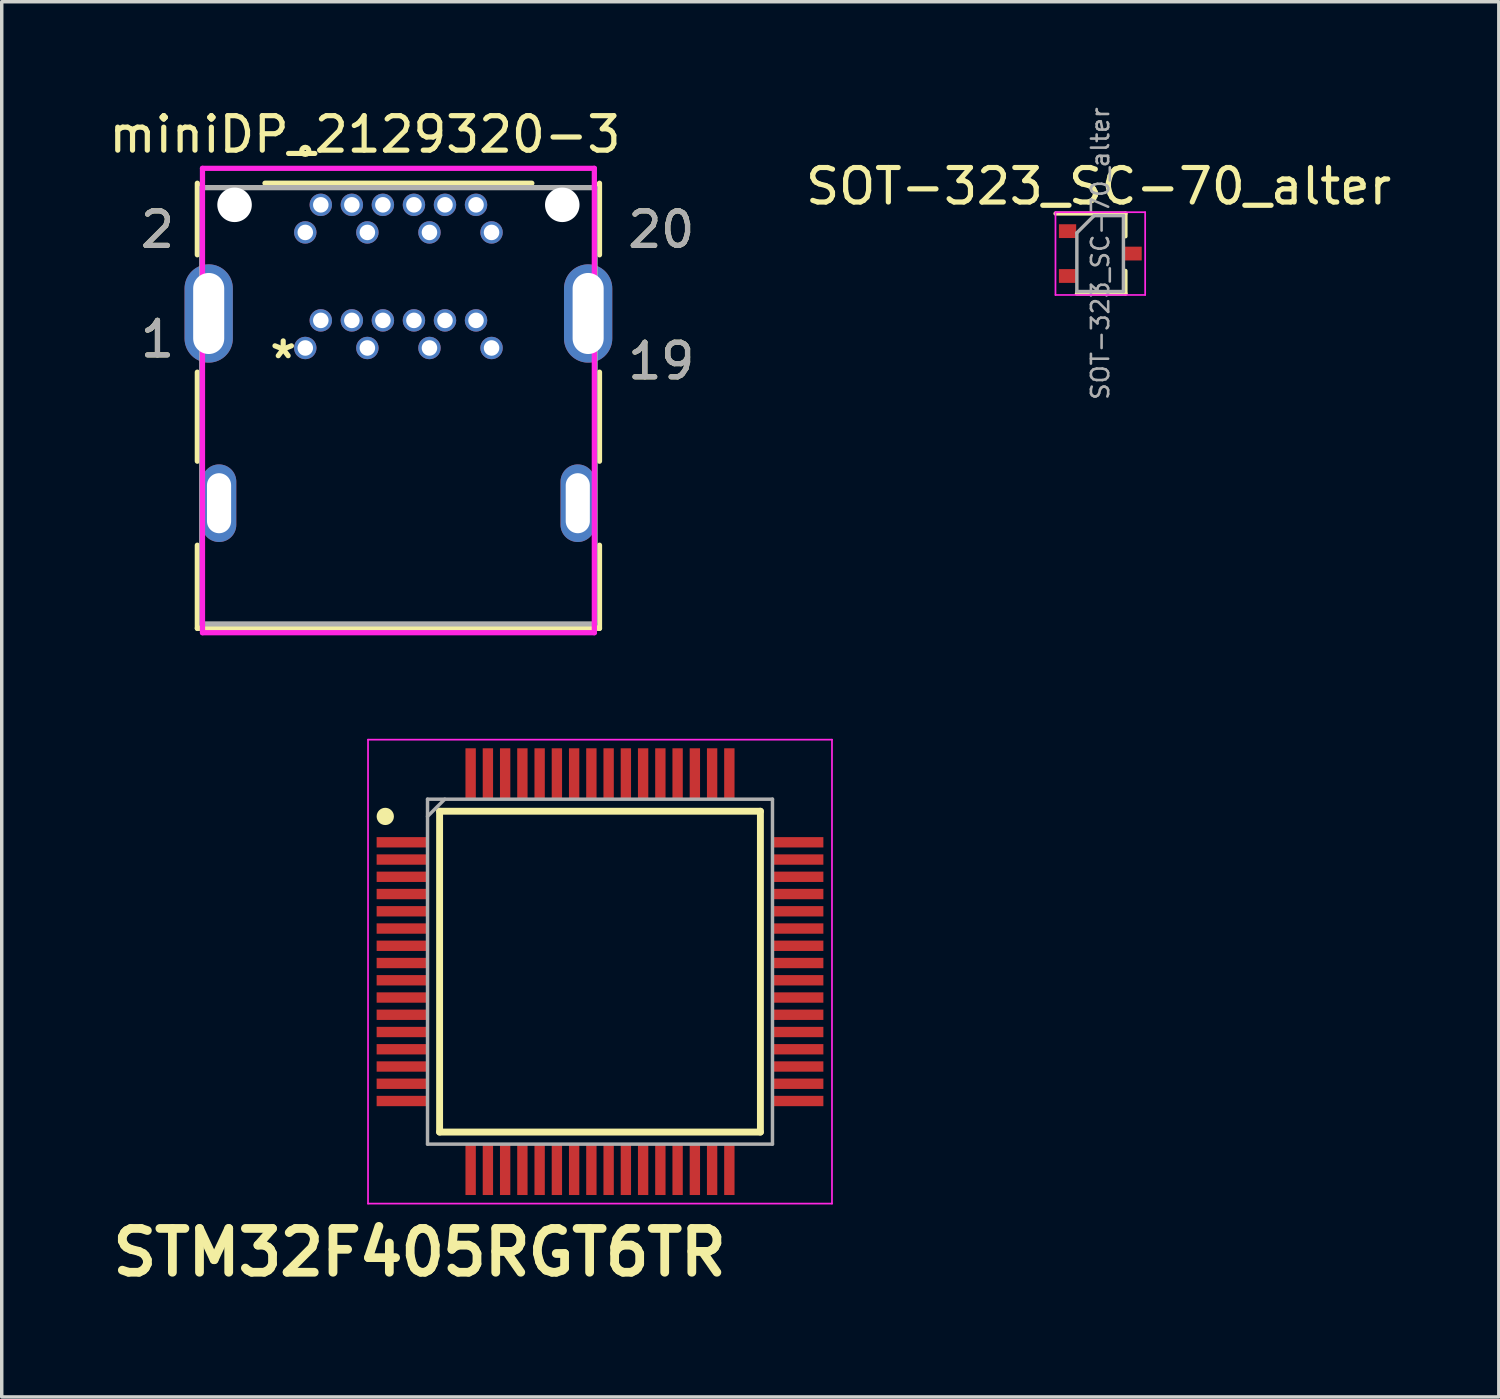
<source format=kicad_pcb>
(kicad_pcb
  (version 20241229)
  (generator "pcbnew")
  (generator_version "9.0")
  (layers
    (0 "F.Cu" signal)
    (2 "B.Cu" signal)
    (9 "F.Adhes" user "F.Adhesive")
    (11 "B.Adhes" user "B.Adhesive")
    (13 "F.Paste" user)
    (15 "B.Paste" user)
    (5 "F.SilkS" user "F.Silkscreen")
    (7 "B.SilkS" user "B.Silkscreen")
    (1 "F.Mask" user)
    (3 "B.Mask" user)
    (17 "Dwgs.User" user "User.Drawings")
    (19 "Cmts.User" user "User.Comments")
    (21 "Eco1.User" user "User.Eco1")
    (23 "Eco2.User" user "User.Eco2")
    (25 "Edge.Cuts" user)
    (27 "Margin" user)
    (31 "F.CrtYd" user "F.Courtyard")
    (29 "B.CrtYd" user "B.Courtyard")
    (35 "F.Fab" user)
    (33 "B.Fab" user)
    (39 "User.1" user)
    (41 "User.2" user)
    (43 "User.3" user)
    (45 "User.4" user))
  (footprint "STM32F405RGT6TR"
    (layer "F.Cu")
    (at 14.344 25.118)
    (property "Reference" "STM32F405RGT6TR" (at -5.23 8.14 0) (layer "F.SilkS") (effects (font (size 1.27 1.27) (thickness 0.254))))
    (attr smd)
    (fp_line (start -4.65 -4.65) (end 4.65 -4.65) (stroke (width 0.2) (type solid)) (layer "F.SilkS"))
    (fp_line (start -4.65 4.65) (end -4.65 -4.65) (stroke (width 0.2) (type solid)) (layer "F.SilkS"))
    (fp_line (start 4.65 -4.65) (end 4.65 4.65) (stroke (width 0.2) (type solid)) (layer "F.SilkS"))
    (fp_line (start 4.65 4.65) (end -4.65 4.65) (stroke (width 0.2) (type solid)) (layer "F.SilkS"))
    (fp_circle (center -6.225 -4.5) (end -6.225 -4.375) (stroke (width 0.25) (type solid)) (fill no) (layer "F.SilkS"))
    (fp_line (start -6.725 -6.725) (end 6.725 -6.725) (stroke (width 0.05) (type solid)) (layer "F.CrtYd"))
    (fp_line (start -6.725 6.725) (end -6.725 -6.725) (stroke (width 0.05) (type solid)) (layer "F.CrtYd"))
    (fp_line (start 6.725 -6.725) (end 6.725 6.725) (stroke (width 0.05) (type solid)) (layer "F.CrtYd"))
    (fp_line (start 6.725 6.725) (end -6.725 6.725) (stroke (width 0.05) (type solid)) (layer "F.CrtYd"))
    (fp_line (start -5 -5) (end 5 -5) (stroke (width 0.1) (type solid)) (layer "F.Fab"))
    (fp_line (start -5 -4.5) (end -4.5 -5) (stroke (width 0.1) (type solid)) (layer "F.Fab"))
    (fp_line (start -5 5) (end -5 -5) (stroke (width 0.1) (type solid)) (layer "F.Fab"))
    (fp_line (start 5 -5) (end 5 5) (stroke (width 0.1) (type solid)) (layer "F.Fab"))
    (fp_line (start 5 5) (end -5 5) (stroke (width 0.1) (type solid)) (layer "F.Fab"))
    (pad "1" smd rect (at -5.738 -3.75 90) (size 0.3 1.475) (layers "F.Cu" "F.Mask" "F.Paste"))
    (pad "2" smd rect (at -5.738 -3.25 90) (size 0.3 1.475) (layers "F.Cu" "F.Mask" "F.Paste"))
    (pad "3" smd rect (at -5.738 -2.75 90) (size 0.3 1.475) (layers "F.Cu" "F.Mask" "F.Paste"))
    (pad "4" smd rect (at -5.738 -2.25 90) (size 0.3 1.475) (layers "F.Cu" "F.Mask" "F.Paste"))
    (pad "5" smd rect (at -5.738 -1.75 90) (size 0.3 1.475) (layers "F.Cu" "F.Mask" "F.Paste"))
    (pad "6" smd rect (at -5.738 -1.25 90) (size 0.3 1.475) (layers "F.Cu" "F.Mask" "F.Paste"))
    (pad "7" smd rect (at -5.738 -0.75 90) (size 0.3 1.475) (layers "F.Cu" "F.Mask" "F.Paste"))
    (pad "8" smd rect (at -5.738 -0.25 90) (size 0.3 1.475) (layers "F.Cu" "F.Mask" "F.Paste"))
    (pad "9" smd rect (at -5.738 0.25 90) (size 0.3 1.475) (layers "F.Cu" "F.Mask" "F.Paste"))
    (pad "10" smd rect (at -5.738 0.75 90) (size 0.3 1.475) (layers "F.Cu" "F.Mask" "F.Paste"))
    (pad "11" smd rect (at -5.738 1.25 90) (size 0.3 1.475) (layers "F.Cu" "F.Mask" "F.Paste"))
    (pad "12" smd rect (at -5.738 1.75 90) (size 0.3 1.475) (layers "F.Cu" "F.Mask" "F.Paste"))
    (pad "13" smd rect (at -5.738 2.25 90) (size 0.3 1.475) (layers "F.Cu" "F.Mask" "F.Paste"))
    (pad "14" smd rect (at -5.738 2.75 90) (size 0.3 1.475) (layers "F.Cu" "F.Mask" "F.Paste"))
    (pad "15" smd rect (at -5.738 3.25 90) (size 0.3 1.475) (layers "F.Cu" "F.Mask" "F.Paste"))
    (pad "16" smd rect (at -5.738 3.75 90) (size 0.3 1.475) (layers "F.Cu" "F.Mask" "F.Paste"))
    (pad "17" smd rect (at -3.75 5.738) (size 0.3 1.475) (layers "F.Cu" "F.Mask" "F.Paste"))
    (pad "18" smd rect (at -3.25 5.738) (size 0.3 1.475) (layers "F.Cu" "F.Mask" "F.Paste"))
    (pad "19" smd rect (at -2.75 5.738) (size 0.3 1.475) (layers "F.Cu" "F.Mask" "F.Paste"))
    (pad "20" smd rect (at -2.25 5.738) (size 0.3 1.475) (layers "F.Cu" "F.Mask" "F.Paste"))
    (pad "21" smd rect (at -1.75 5.738) (size 0.3 1.475) (layers "F.Cu" "F.Mask" "F.Paste"))
    (pad "22" smd rect (at -1.25 5.738) (size 0.3 1.475) (layers "F.Cu" "F.Mask" "F.Paste"))
    (pad "23" smd rect (at -0.75 5.738) (size 0.3 1.475) (layers "F.Cu" "F.Mask" "F.Paste"))
    (pad "24" smd rect (at -0.25 5.738) (size 0.3 1.475) (layers "F.Cu" "F.Mask" "F.Paste"))
    (pad "25" smd rect (at 0.25 5.738) (size 0.3 1.475) (layers "F.Cu" "F.Mask" "F.Paste"))
    (pad "26" smd rect (at 0.75 5.738) (size 0.3 1.475) (layers "F.Cu" "F.Mask" "F.Paste"))
    (pad "27" smd rect (at 1.25 5.738) (size 0.3 1.475) (layers "F.Cu" "F.Mask" "F.Paste"))
    (pad "28" smd rect (at 1.75 5.738) (size 0.3 1.475) (layers "F.Cu" "F.Mask" "F.Paste"))
    (pad "29" smd rect (at 2.25 5.738) (size 0.3 1.475) (layers "F.Cu" "F.Mask" "F.Paste"))
    (pad "30" smd rect (at 2.75 5.738) (size 0.3 1.475) (layers "F.Cu" "F.Mask" "F.Paste"))
    (pad "31" smd rect (at 3.25 5.738) (size 0.3 1.475) (layers "F.Cu" "F.Mask" "F.Paste"))
    (pad "32" smd rect (at 3.75 5.738) (size 0.3 1.475) (layers "F.Cu" "F.Mask" "F.Paste"))
    (pad "33" smd rect (at 5.738 3.75 90) (size 0.3 1.475) (layers "F.Cu" "F.Mask" "F.Paste"))
    (pad "34" smd rect (at 5.738 3.25 90) (size 0.3 1.475) (layers "F.Cu" "F.Mask" "F.Paste"))
    (pad "35" smd rect (at 5.738 2.75 90) (size 0.3 1.475) (layers "F.Cu" "F.Mask" "F.Paste"))
    (pad "36" smd rect (at 5.738 2.25 90) (size 0.3 1.475) (layers "F.Cu" "F.Mask" "F.Paste"))
    (pad "37" smd rect (at 5.738 1.75 90) (size 0.3 1.475) (layers "F.Cu" "F.Mask" "F.Paste"))
    (pad "38" smd rect (at 5.738 1.25 90) (size 0.3 1.475) (layers "F.Cu" "F.Mask" "F.Paste"))
    (pad "39" smd rect (at 5.738 0.75 90) (size 0.3 1.475) (layers "F.Cu" "F.Mask" "F.Paste"))
    (pad "40" smd rect (at 5.738 0.25 90) (size 0.3 1.475) (layers "F.Cu" "F.Mask" "F.Paste"))
    (pad "41" smd rect (at 5.738 -0.25 90) (size 0.3 1.475) (layers "F.Cu" "F.Mask" "F.Paste"))
    (pad "42" smd rect (at 5.738 -0.75 90) (size 0.3 1.475) (layers "F.Cu" "F.Mask" "F.Paste"))
    (pad "43" smd rect (at 5.738 -1.25 90) (size 0.3 1.475) (layers "F.Cu" "F.Mask" "F.Paste"))
    (pad "44" smd rect (at 5.738 -1.75 90) (size 0.3 1.475) (layers "F.Cu" "F.Mask" "F.Paste"))
    (pad "45" smd rect (at 5.738 -2.25 90) (size 0.3 1.475) (layers "F.Cu" "F.Mask" "F.Paste"))
    (pad "46" smd rect (at 5.738 -2.75 90) (size 0.3 1.475) (layers "F.Cu" "F.Mask" "F.Paste"))
    (pad "47" smd rect (at 5.738 -3.25 90) (size 0.3 1.475) (layers "F.Cu" "F.Mask" "F.Paste"))
    (pad "48" smd rect (at 5.738 -3.75 90) (size 0.3 1.475) (layers "F.Cu" "F.Mask" "F.Paste"))
    (pad "49" smd rect (at 3.75 -5.738) (size 0.3 1.475) (layers "F.Cu" "F.Mask" "F.Paste"))
    (pad "50" smd rect (at 3.25 -5.738) (size 0.3 1.475) (layers "F.Cu" "F.Mask" "F.Paste"))
    (pad "51" smd rect (at 2.75 -5.738) (size 0.3 1.475) (layers "F.Cu" "F.Mask" "F.Paste"))
    (pad "52" smd rect (at 2.25 -5.738) (size 0.3 1.475) (layers "F.Cu" "F.Mask" "F.Paste"))
    (pad "53" smd rect (at 1.75 -5.738) (size 0.3 1.475) (layers "F.Cu" "F.Mask" "F.Paste"))
    (pad "54" smd rect (at 1.25 -5.738) (size 0.3 1.475) (layers "F.Cu" "F.Mask" "F.Paste"))
    (pad "55" smd rect (at 0.75 -5.738) (size 0.3 1.475) (layers "F.Cu" "F.Mask" "F.Paste"))
    (pad "56" smd rect (at 0.25 -5.738) (size 0.3 1.475) (layers "F.Cu" "F.Mask" "F.Paste"))
    (pad "57" smd rect (at -0.25 -5.738) (size 0.3 1.475) (layers "F.Cu" "F.Mask" "F.Paste"))
    (pad "58" smd rect (at -0.75 -5.738) (size 0.3 1.475) (layers "F.Cu" "F.Mask" "F.Paste"))
    (pad "59" smd rect (at -1.25 -5.738) (size 0.3 1.475) (layers "F.Cu" "F.Mask" "F.Paste"))
    (pad "60" smd rect (at -1.75 -5.738) (size 0.3 1.475) (layers "F.Cu" "F.Mask" "F.Paste"))
    (pad "61" smd rect (at -2.25 -5.738) (size 0.3 1.475) (layers "F.Cu" "F.Mask" "F.Paste"))
    (pad "62" smd rect (at -2.75 -5.738) (size 0.3 1.475) (layers "F.Cu" "F.Mask" "F.Paste"))
    (pad "63" smd rect (at -3.25 -5.738) (size 0.3 1.475) (layers "F.Cu" "F.Mask" "F.Paste"))
    (pad "64" smd rect (at -3.75 -5.738) (size 0.3 1.475) (layers "F.Cu" "F.Mask" "F.Paste")))
  (footprint "miniDP_2129320-3"
    (layer "F.Cu")
    (at 5.8 7.038)
    (property "Reference" "miniDP_2129320-3" (at 1.73 -6.19 0) (layer "F.SilkS") (effects (font (size 1 1) (thickness 0.15))))
    (attr through_hole)
    (fp_line (start -3.129 -4.776) (end -3.129 -2.701) (stroke (width 0.152) (type solid)) (layer "F.SilkS"))
    (fp_line (start -3.129 0.701) (end -3.129 3.282) (stroke (width 0.152) (type solid)) (layer "F.SilkS"))
    (fp_line (start -3.129 5.718) (end -3.129 8.127) (stroke (width 0.152) (type solid)) (layer "F.SilkS"))
    (fp_line (start -3.129 8.127) (end 8.529 8.127) (stroke (width 0.152) (type solid)) (layer "F.SilkS"))
    (fp_line (start 6.568 -4.776) (end -1.168 -4.776) (stroke (width 0.152) (type solid)) (layer "F.SilkS"))
    (fp_line (start 8.529 -2.701) (end 8.529 -4.776) (stroke (width 0.152) (type solid)) (layer "F.SilkS"))
    (fp_line (start 8.529 3.282) (end 8.529 0.701) (stroke (width 0.152) (type solid)) (layer "F.SilkS"))
    (fp_line (start 8.529 8.127) (end 8.529 5.718) (stroke (width 0.152) (type solid)) (layer "F.SilkS"))
    (fp_arc (start -0.1016 -5.715) (mid 0.1016 -5.715) (end -0.1016 -5.715) (stroke (width 0.1524) (type solid)) (layer "F.SilkS"))
    (fp_line (start -2.98 -5.208) (end -2.98 8.254) (stroke (width 0.152) (type solid)) (layer "F.CrtYd"))
    (fp_line (start -2.98 8.254) (end 8.38 8.254) (stroke (width 0.152) (type solid)) (layer "F.CrtYd"))
    (fp_line (start 8.38 -5.208) (end -2.98 -5.208) (stroke (width 0.152) (type solid)) (layer "F.CrtYd"))
    (fp_line (start 8.38 8.254) (end 8.38 -5.208) (stroke (width 0.152) (type solid)) (layer "F.CrtYd"))
    (fp_line (start -3.002 -4.649) (end -3.002 8) (stroke (width 0.152) (type solid)) (layer "F.Fab"))
    (fp_line (start -3.002 8) (end 8.402 8) (stroke (width 0.152) (type solid)) (layer "F.Fab"))
    (fp_line (start 8.402 -4.649) (end -3.002 -4.649) (stroke (width 0.152) (type solid)) (layer "F.Fab"))
    (fp_line (start 8.402 8) (end 8.402 -4.649) (stroke (width 0.152) (type solid)) (layer "F.Fab"))
    (fp_text user "1" (at -4.285 -0.255 0) (layer "F.SilkS") (effects (font (size 1 1) (thickness 0.15))))
    (fp_text user "19" (at 10.32 0.38 0) (layer "F.SilkS") (effects (font (size 1 1) (thickness 0.15))))
    (fp_text user "20" (at 10.32 -3.43 0) (layer "F.SilkS") (effects (font (size 1 1) (thickness 0.15))))
    (fp_text user "*" (at -0.64 0.34 0) (layer "F.SilkS") (effects (font (size 1 1) (thickness 0.15))))
    (fp_text user "2" (at -4.285 -3.43 0) (layer "F.SilkS") (effects (font (size 1 1) (thickness 0.15))))
    (fp_text user "1" (at -4.285 -0.255 0) (layer "F.Fab") (effects (font (size 1 1) (thickness 0.15))))
    (fp_text user "2" (at -4.285 -3.43 0) (layer "F.Fab") (effects (font (size 1 1) (thickness 0.15))))
    (fp_text user "20" (at 10.32 -3.43 0) (layer "F.Fab") (effects (font (size 1 1) (thickness 0.15))))
    (fp_text user "19" (at 10.32 0.38 0) (layer "F.Fab") (effects (font (size 1 1) (thickness 0.15))))
    (pad "" np_thru_hole circle (at -2.05 -4.15) (size 1 1) (drill 1) (layers "*.Cu" "*.Mask"))
    (pad "" np_thru_hole circle (at 7.45 -4.15) (size 1 1) (drill 1) (layers "*.Cu" "*.Mask"))
    (pad "1" thru_hole circle (at 0 0) (size 0.65 0.65) (drill 0.45) (layers "*.Cu" "*.Mask"))
    (pad "2" thru_hole circle (at 0 -3.35) (size 0.65 0.65) (drill 0.45) (layers "*.Cu" "*.Mask"))
    (pad "3" thru_hole circle (at 0.45 -0.8) (size 0.65 0.65) (drill 0.45) (layers "*.Cu" "*.Mask"))
    (pad "4" thru_hole circle (at 0.45 -4.15) (size 0.65 0.65) (drill 0.45) (layers "*.Cu" "*.Mask"))
    (pad "5" thru_hole circle (at 1.35 -0.8) (size 0.65 0.65) (drill 0.45) (layers "*.Cu" "*.Mask"))
    (pad "6" thru_hole circle (at 1.35 -4.15) (size 0.65 0.65) (drill 0.45) (layers "*.Cu" "*.Mask"))
    (pad "7" thru_hole circle (at 1.8 0) (size 0.65 0.65) (drill 0.45) (layers "*.Cu" "*.Mask"))
    (pad "8" thru_hole circle (at 1.8 -3.35) (size 0.65 0.65) (drill 0.45) (layers "*.Cu" "*.Mask"))
    (pad "9" thru_hole circle (at 2.25 -0.8) (size 0.65 0.65) (drill 0.45) (layers "*.Cu" "*.Mask"))
    (pad "10" thru_hole circle (at 2.25 -4.15) (size 0.65 0.65) (drill 0.45) (layers "*.Cu" "*.Mask"))
    (pad "11" thru_hole circle (at 3.15 -0.8) (size 0.65 0.65) (drill 0.45) (layers "*.Cu" "*.Mask"))
    (pad "12" thru_hole circle (at 3.15 -4.15) (size 0.65 0.65) (drill 0.45) (layers "*.Cu" "*.Mask"))
    (pad "13" thru_hole circle (at 3.6 0) (size 0.65 0.65) (drill 0.45) (layers "*.Cu" "*.Mask"))
    (pad "14" thru_hole circle (at 3.6 -3.35) (size 0.65 0.65) (drill 0.45) (layers "*.Cu" "*.Mask"))
    (pad "15" thru_hole circle (at 4.05 -0.8) (size 0.65 0.65) (drill 0.45) (layers "*.Cu" "*.Mask"))
    (pad "16" thru_hole circle (at 4.05 -4.15) (size 0.65 0.65) (drill 0.45) (layers "*.Cu" "*.Mask"))
    (pad "17" thru_hole circle (at 4.95 -0.8) (size 0.65 0.65) (drill 0.45) (layers "*.Cu" "*.Mask"))
    (pad "18" thru_hole circle (at 4.95 -4.15) (size 0.65 0.65) (drill 0.45) (layers "*.Cu" "*.Mask"))
    (pad "19" thru_hole circle (at 5.4 0) (size 0.65 0.65) (drill 0.45) (layers "*.Cu" "*.Mask"))
    (pad "20" thru_hole circle (at 5.4 -3.35) (size 0.65 0.65) (drill 0.45) (layers "*.Cu" "*.Mask"))
    (pad "21" thru_hole oval (at -2.5 4.5) (size 1 2.25) (drill oval 0.7 1.74) (layers "*.Cu" "*.Mask"))
    (pad "22" thru_hole oval (at 7.9 4.5) (size 1 2.25) (drill oval 0.7 1.74) (layers "*.Cu" "*.Mask"))
    (pad "23" thru_hole oval (at -2.8 -1) (size 1.4 2.85) (drill oval 0.9 2.35) (layers "*.Cu" "*.Mask"))
    (pad "24" thru_hole oval (at 8.2 -1) (size 1.4 2.85) (drill oval 0.9 2.35) (layers "*.Cu" "*.Mask")))
  (footprint "SOT-323_SC-70_alter"
    (layer "F.Cu")
    (at 28.848 4.301)
    (property "Reference" "SOT-323_SC-70_alter" (at -0.05 -1.95 0) (layer "F.SilkS") (effects (font (size 1 1) (thickness 0.15))))
    (attr smd)
    (fp_line (start -0.68 1.16) (end 0.73 1.16) (stroke (width 0.12) (type solid)) (layer "F.SilkS"))
    (fp_line (start 0.73 -1.16) (end -1.3 -1.16) (stroke (width 0.12) (type solid)) (layer "F.SilkS"))
    (fp_line (start 0.73 -1.16) (end 0.73 -0.5) (stroke (width 0.12) (type solid)) (layer "F.SilkS"))
    (fp_line (start 0.73 0.5) (end 0.73 1.16) (stroke (width 0.12) (type solid)) (layer "F.SilkS"))
    (fp_line (start -1.3 -1.2) (end 1.3 -1.2) (stroke (width 0.05) (type solid)) (layer "F.CrtYd"))
    (fp_line (start -1.3 1.2) (end -1.3 -1.2) (stroke (width 0.05) (type solid)) (layer "F.CrtYd"))
    (fp_line (start 1.3 -1.2) (end 1.3 1.2) (stroke (width 0.05) (type solid)) (layer "F.CrtYd"))
    (fp_line (start 1.3 1.2) (end -1.3 1.2) (stroke (width 0.05) (type solid)) (layer "F.CrtYd"))
    (fp_line (start -0.68 -0.6) (end -0.68 1.1) (stroke (width 0.1) (type solid)) (layer "F.Fab"))
    (fp_line (start -0.18 -1.1) (end -0.68 -0.6) (stroke (width 0.1) (type solid)) (layer "F.Fab"))
    (fp_line (start 0.67 -1.1) (end -0.18 -1.1) (stroke (width 0.1) (type solid)) (layer "F.Fab"))
    (fp_line (start 0.67 -1.1) (end 0.67 1.1) (stroke (width 0.1) (type solid)) (layer "F.Fab"))
    (fp_line (start 0.67 1.1) (end -0.68 1.1) (stroke (width 0.1) (type solid)) (layer "F.Fab"))
    (fp_text user "${REFERENCE}" (at 0 0 90) (layer "F.Fab") (effects (font (size 0.5 0.5) (thickness 0.075))))
    (pad "1" smd rect (at -0.95 -0.65 270) (size 0.4 0.5) (layers "F.Cu" "F.Mask" "F.Paste"))
    (pad "2" smd rect (at -0.95 0.65 270) (size 0.4 0.5) (layers "F.Cu" "F.Mask" "F.Paste"))
    (pad "3" smd rect (at 0.95 0 270) (size 0.4 0.5) (layers "F.Cu" "F.Mask" "F.Paste")))
  (gr_rect
    (start -3 -3)
    (end 40.4 37.447)
    (stroke (width 0.1) (type default))
    (fill no)
    (layer "Edge.Cuts")))
</source>
